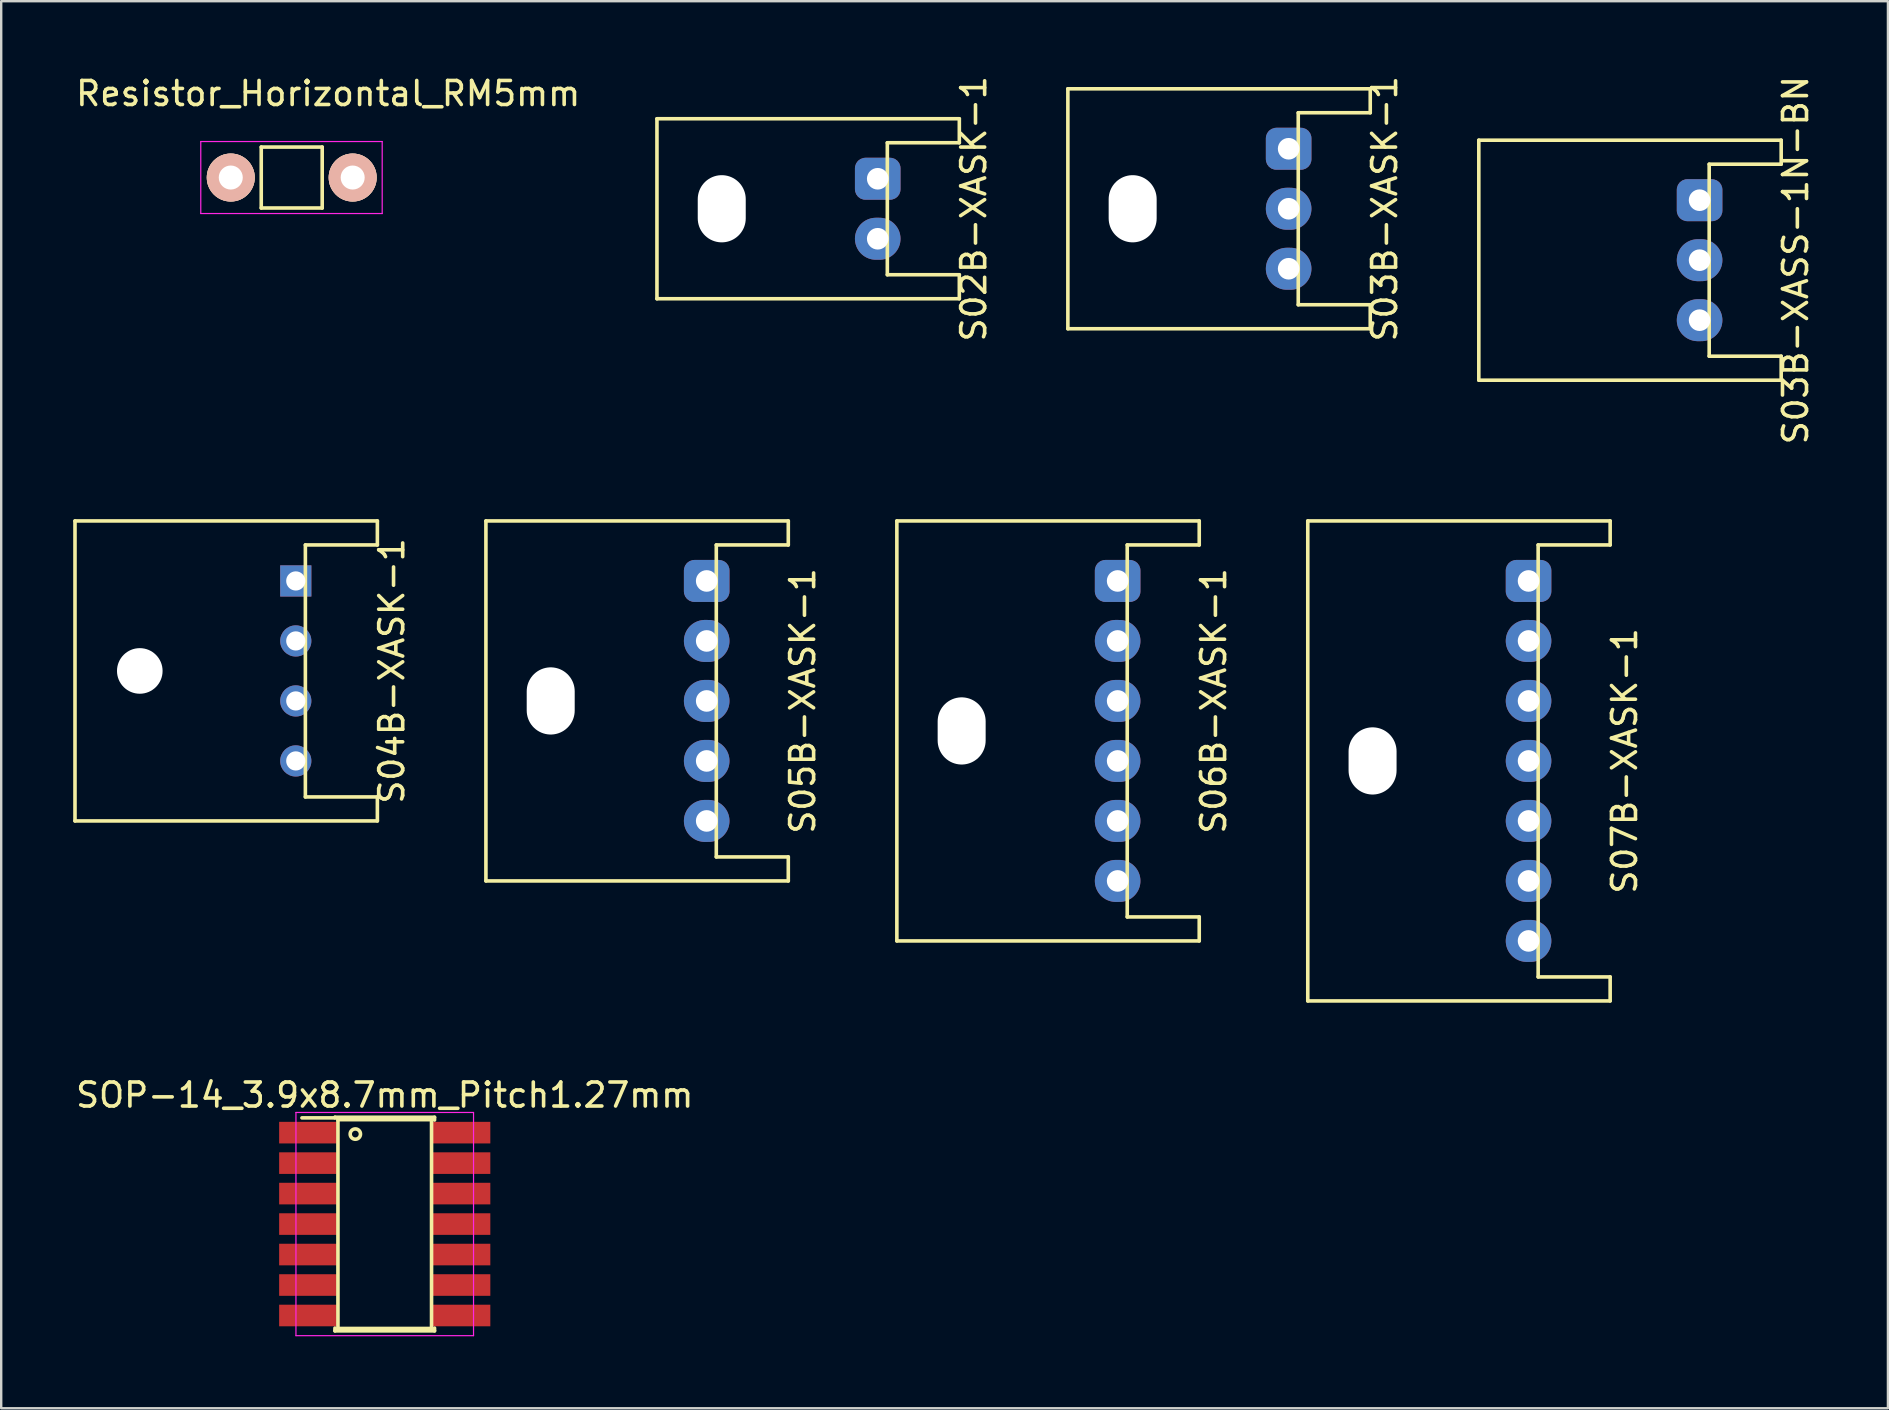
<source format=kicad_pcb>
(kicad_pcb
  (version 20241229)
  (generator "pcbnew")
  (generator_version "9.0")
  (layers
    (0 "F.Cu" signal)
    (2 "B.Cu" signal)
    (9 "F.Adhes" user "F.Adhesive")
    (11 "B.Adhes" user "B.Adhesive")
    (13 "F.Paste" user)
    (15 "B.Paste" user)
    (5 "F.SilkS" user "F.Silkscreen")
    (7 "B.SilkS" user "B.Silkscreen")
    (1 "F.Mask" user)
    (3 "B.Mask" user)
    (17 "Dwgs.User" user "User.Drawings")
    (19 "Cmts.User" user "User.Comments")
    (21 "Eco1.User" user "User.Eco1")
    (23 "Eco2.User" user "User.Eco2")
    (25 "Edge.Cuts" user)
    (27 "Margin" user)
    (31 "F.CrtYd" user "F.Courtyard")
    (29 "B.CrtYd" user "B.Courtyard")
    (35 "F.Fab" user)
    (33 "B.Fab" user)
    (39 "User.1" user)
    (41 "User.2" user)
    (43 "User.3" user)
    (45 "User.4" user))
  (footprint "S07B-XASK-1"
    (layer "F.Cu")
    (at 60.645 28.658)
    (property "Reference" "S07B-XASK-1" (at 4 0 90) (layer "F.SilkS") (effects (font (size 1 1) (thickness 0.15))))
    (attr through_hole)
    (fp_line (start -9.2 -10) (end -9.2 10) (stroke (width 0.15) (type solid)) (layer "F.SilkS"))
    (fp_line (start -9.2 -10) (end 3.4 -10) (stroke (width 0.15) (type solid)) (layer "F.SilkS"))
    (fp_line (start -9.2 10) (end 3.4 10) (stroke (width 0.15) (type solid)) (layer "F.SilkS"))
    (fp_line (start 0.4 -9) (end 0.4 9) (stroke (width 0.15) (type solid)) (layer "F.SilkS"))
    (fp_line (start 0.4 -9) (end 3.4 -9) (stroke (width 0.15) (type solid)) (layer "F.SilkS"))
    (fp_line (start 0.4 9) (end 3.4 9) (stroke (width 0.15) (type solid)) (layer "F.SilkS"))
    (fp_line (start 3.4 -10) (end 3.4 -9) (stroke (width 0.15) (type solid)) (layer "F.SilkS"))
    (fp_line (start 3.4 9) (end 3.4 10) (stroke (width 0.15) (type solid)) (layer "F.SilkS"))
    (pad "" np_thru_hole oval (at -6.5 0) (size 2 2.8) (drill oval 2 2.8) (layers "*.Cu" "*.Mask"))
    (pad "1" thru_hole roundrect (at 0 -7.5) (size 1.9 1.75) (drill 0.9) (layers "*.Cu" "*.Mask") (roundrect_rratio 0.25))
    (pad "2" thru_hole oval (at 0 -5) (size 1.9 1.75) (drill 0.9) (layers "*.Cu" "*.Mask"))
    (pad "3" thru_hole oval (at 0 -2.5) (size 1.9 1.75) (drill 0.9) (layers "*.Cu" "*.Mask"))
    (pad "4" thru_hole oval (at 0 0) (size 1.9 1.75) (drill 0.9) (layers "*.Cu" "*.Mask"))
    (pad "5" thru_hole oval (at 0 2.5) (size 1.9 1.75) (drill 0.9) (layers "*.Cu" "*.Mask"))
    (pad "6" thru_hole oval (at 0 5) (size 1.9 1.75) (drill 0.9) (layers "*.Cu" "*.Mask"))
    (pad "7" thru_hole oval (at 0 7.5) (size 1.9 1.75) (drill 0.9) (layers "*.Cu" "*.Mask")))
  (footprint "Resistor_Horizontal_RM5mm"
    (layer "F.Cu")
    (at 6.566 4.348)
    (property "Reference" "Resistor_Horizontal_RM5mm" (at 4.059 -3.5 0) (layer "F.SilkS") (effects (font (size 1 1) (thickness 0.15))))
    (attr through_hole)
    (fp_line (start 1.27 -1.27) (end 3.81 -1.27) (stroke (width 0.15) (type solid)) (layer "F.SilkS"))
    (fp_line (start 1.27 1.27) (end 1.27 -1.27) (stroke (width 0.15) (type solid)) (layer "F.SilkS"))
    (fp_line (start 3.81 -1.27) (end 3.81 1.27) (stroke (width 0.15) (type solid)) (layer "F.SilkS"))
    (fp_line (start 3.81 1.27) (end 1.27 1.27) (stroke (width 0.15) (type solid)) (layer "F.SilkS"))
    (fp_line (start -1.25 -1.5) (end 6.31 -1.5) (stroke (width 0.05) (type solid)) (layer "F.CrtYd"))
    (fp_line (start -1.25 1.5) (end -1.25 -1.5) (stroke (width 0.05) (type solid)) (layer "F.CrtYd"))
    (fp_line (start -1.25 1.5) (end 6.31 1.5) (stroke (width 0.05) (type solid)) (layer "F.CrtYd"))
    (fp_line (start 6.31 -1.5) (end 6.31 1.5) (stroke (width 0.05) (type solid)) (layer "F.CrtYd"))
    (pad "1" thru_hole circle (at 0 0) (size 1.999 1.999) (drill 1.001) (layers "*.Cu" "*.SilkS" "*.Mask"))
    (pad "2" thru_hole circle (at 5.08 0) (size 1.999 1.999) (drill 1.001) (layers "*.Cu" "*.SilkS" "*.Mask")))
  (footprint "S03B-XASS-1N-BN"
    (layer "F.Cu")
    (at 67.772 7.792)
    (property "Reference" "S03B-XASS-1N-BN" (at 4 0 270) (layer "F.SilkS") (effects (font (size 1 1) (thickness 0.15))))
    (attr through_hole)
    (fp_line (start -9.2 -5) (end -9.2 5) (stroke (width 0.15) (type solid)) (layer "F.SilkS"))
    (fp_line (start -9.2 -5) (end 3.4 -5) (stroke (width 0.15) (type solid)) (layer "F.SilkS"))
    (fp_line (start -9.2 5) (end 3.4 5) (stroke (width 0.15) (type solid)) (layer "F.SilkS"))
    (fp_line (start 0.4 -4) (end 0.4 4) (stroke (width 0.15) (type solid)) (layer "F.SilkS"))
    (fp_line (start 0.4 -4) (end 3.4 -4) (stroke (width 0.15) (type solid)) (layer "F.SilkS"))
    (fp_line (start 0.4 4) (end 3.4 4) (stroke (width 0.15) (type solid)) (layer "F.SilkS"))
    (fp_line (start 3.4 -5) (end 3.4 -4) (stroke (width 0.15) (type solid)) (layer "F.SilkS"))
    (fp_line (start 3.4 4) (end 3.4 5) (stroke (width 0.15) (type solid)) (layer "F.SilkS"))
    (pad "1" thru_hole roundrect (at 0 -2.5) (size 1.9 1.75) (drill 0.9) (layers "*.Cu" "*.Mask") (roundrect_rratio 0.25))
    (pad "2" thru_hole oval (at 0 0) (size 1.9 1.75) (drill 0.9) (layers "*.Cu" "*.Mask"))
    (pad "3" thru_hole oval (at 0 2.5) (size 1.9 1.75) (drill 0.9) (layers "*.Cu" "*.Mask")))
  (footprint "S06B-XASK-1"
    (layer "F.Cu")
    (at 43.522 27.408)
    (property "Reference" "S06B-XASK-1" (at 4 -1.25 90) (layer "F.SilkS") (effects (font (size 1 1) (thickness 0.15))))
    (attr through_hole)
    (fp_line (start -9.2 -8.75) (end -9.2 8.75) (stroke (width 0.15) (type solid)) (layer "F.SilkS"))
    (fp_line (start -9.2 -8.75) (end 3.4 -8.75) (stroke (width 0.15) (type solid)) (layer "F.SilkS"))
    (fp_line (start -9.2 8.75) (end 3.4 8.75) (stroke (width 0.15) (type solid)) (layer "F.SilkS"))
    (fp_line (start 0.4 -7.75) (end 0.4 7.75) (stroke (width 0.15) (type solid)) (layer "F.SilkS"))
    (fp_line (start 0.4 -7.75) (end 3.4 -7.75) (stroke (width 0.15) (type solid)) (layer "F.SilkS"))
    (fp_line (start 0.4 7.75) (end 3.4 7.75) (stroke (width 0.15) (type solid)) (layer "F.SilkS"))
    (fp_line (start 3.4 -8.75) (end 3.4 -7.75) (stroke (width 0.15) (type solid)) (layer "F.SilkS"))
    (fp_line (start 3.4 7.75) (end 3.4 8.75) (stroke (width 0.15) (type solid)) (layer "F.SilkS"))
    (pad "" np_thru_hole oval (at -6.5 0) (size 2 2.8) (drill oval 2 2.8) (layers "*.Cu" "*.Mask"))
    (pad "1" thru_hole roundrect (at 0 -6.25) (size 1.9 1.75) (drill 0.9) (layers "*.Cu" "*.Mask") (roundrect_rratio 0.25))
    (pad "2" thru_hole oval (at 0 -3.75) (size 1.9 1.75) (drill 0.9) (layers "*.Cu" "*.Mask"))
    (pad "3" thru_hole oval (at 0 -1.25) (size 1.9 1.75) (drill 0.9) (layers "*.Cu" "*.Mask"))
    (pad "4" thru_hole oval (at 0 1.25) (size 1.9 1.75) (drill 0.9) (layers "*.Cu" "*.Mask"))
    (pad "5" thru_hole oval (at 0 3.75) (size 1.9 1.75) (drill 0.9) (layers "*.Cu" "*.Mask"))
    (pad "6" thru_hole oval (at 0 6.25) (size 1.9 1.75) (drill 0.9) (layers "*.Cu" "*.Mask")))
  (footprint "SOP-14_3.9x8.7mm_Pitch1.27mm"
    (layer "F.Cu")
    (at 12.982 47.957)
    (property "Reference" "SOP-14_3.9x8.7mm_Pitch1.27mm" (at 0 -5.375 0) (layer "F.SilkS") (effects (font (size 1 1) (thickness 0.15))))
    (attr smd)
    (fp_line (start -2.075 -4.45) (end -2.075 -4.425) (stroke (width 0.15) (type solid)) (layer "F.SilkS"))
    (fp_line (start -2.075 -4.45) (end 2.075 -4.45) (stroke (width 0.15) (type solid)) (layer "F.SilkS"))
    (fp_line (start -2.075 -4.425) (end -3.45 -4.425) (stroke (width 0.15) (type solid)) (layer "F.SilkS"))
    (fp_line (start -2.075 4.45) (end -2.075 4.335) (stroke (width 0.15) (type solid)) (layer "F.SilkS"))
    (fp_line (start -2.075 4.45) (end 2.075 4.45) (stroke (width 0.15) (type solid)) (layer "F.SilkS"))
    (fp_line (start -1.95 -4.35) (end -1.95 4.35) (stroke (width 0.15) (type solid)) (layer "F.SilkS"))
    (fp_line (start -1.95 4.35) (end 1.95 4.35) (stroke (width 0.15) (type solid)) (layer "F.SilkS"))
    (fp_line (start 1.95 -4.35) (end -1.95 -4.35) (stroke (width 0.15) (type solid)) (layer "F.SilkS"))
    (fp_line (start 1.95 4.35) (end 1.95 -4.35) (stroke (width 0.15) (type solid)) (layer "F.SilkS"))
    (fp_line (start 2.075 -4.45) (end 2.075 -4.335) (stroke (width 0.15) (type solid)) (layer "F.SilkS"))
    (fp_line (start 2.075 4.45) (end 2.075 4.335) (stroke (width 0.15) (type solid)) (layer "F.SilkS"))
    (fp_circle (center -1.225 -3.75) (end -1.4 -3.875) (stroke (width 0.15) (type solid)) (fill no) (layer "F.SilkS"))
    (fp_line (start -3.7 -4.65) (end -3.7 4.65) (stroke (width 0.05) (type solid)) (layer "F.CrtYd"))
    (fp_line (start -3.7 -4.65) (end 3.7 -4.65) (stroke (width 0.05) (type solid)) (layer "F.CrtYd"))
    (fp_line (start -3.7 4.65) (end 3.7 4.65) (stroke (width 0.05) (type solid)) (layer "F.CrtYd"))
    (fp_line (start 3.7 -4.65) (end 3.7 4.65) (stroke (width 0.05) (type solid)) (layer "F.CrtYd"))
    (pad "1" smd rect (at -3.2 -3.81) (size 2.4 0.9) (layers "F.Cu" "F.Mask" "F.Paste"))
    (pad "2" smd rect (at -3.2 -2.54) (size 2.4 0.9) (layers "F.Cu" "F.Mask" "F.Paste"))
    (pad "3" smd rect (at -3.2 -1.27) (size 2.4 0.9) (layers "F.Cu" "F.Mask" "F.Paste"))
    (pad "4" smd rect (at -3.2 0) (size 2.4 0.9) (layers "F.Cu" "F.Mask" "F.Paste"))
    (pad "5" smd rect (at -3.2 1.27) (size 2.4 0.9) (layers "F.Cu" "F.Mask" "F.Paste"))
    (pad "6" smd rect (at -3.2 2.54) (size 2.4 0.9) (layers "F.Cu" "F.Mask" "F.Paste"))
    (pad "7" smd rect (at -3.2 3.81) (size 2.4 0.9) (layers "F.Cu" "F.Mask" "F.Paste"))
    (pad "8" smd rect (at 3.2 3.81) (size 2.4 0.9) (layers "F.Cu" "F.Mask" "F.Paste"))
    (pad "9" smd rect (at 3.2 2.54) (size 2.4 0.9) (layers "F.Cu" "F.Mask" "F.Paste"))
    (pad "10" smd rect (at 3.2 1.27) (size 2.4 0.9) (layers "F.Cu" "F.Mask" "F.Paste"))
    (pad "11" smd rect (at 3.2 0) (size 2.4 0.9) (layers "F.Cu" "F.Mask" "F.Paste"))
    (pad "12" smd rect (at 3.2 -1.27) (size 2.4 0.9) (layers "F.Cu" "F.Mask" "F.Paste"))
    (pad "13" smd rect (at 3.2 -2.54) (size 2.4 0.9) (layers "F.Cu" "F.Mask" "F.Paste"))
    (pad "14" smd rect (at 3.2 -3.81) (size 2.4 0.9) (layers "F.Cu" "F.Mask" "F.Paste")))
  (footprint "S05B-XASK-1"
    (layer "F.Cu")
    (at 26.398 26.158)
    (property "Reference" "S05B-XASK-1" (at 4 0 90) (layer "F.SilkS") (effects (font (size 1 1) (thickness 0.15))))
    (attr through_hole)
    (fp_line (start -9.2 -7.5) (end -9.2 7.5) (stroke (width 0.15) (type solid)) (layer "F.SilkS"))
    (fp_line (start -9.2 -7.5) (end 3.4 -7.5) (stroke (width 0.15) (type solid)) (layer "F.SilkS"))
    (fp_line (start -9.2 7.5) (end 3.4 7.5) (stroke (width 0.15) (type solid)) (layer "F.SilkS"))
    (fp_line (start 0.4 -6.5) (end 0.4 6.5) (stroke (width 0.15) (type solid)) (layer "F.SilkS"))
    (fp_line (start 0.4 -6.5) (end 3.4 -6.5) (stroke (width 0.15) (type solid)) (layer "F.SilkS"))
    (fp_line (start 0.4 6.5) (end 3.4 6.5) (stroke (width 0.15) (type solid)) (layer "F.SilkS"))
    (fp_line (start 3.4 -7.5) (end 3.4 -6.5) (stroke (width 0.15) (type solid)) (layer "F.SilkS"))
    (fp_line (start 3.4 6.5) (end 3.4 7.5) (stroke (width 0.15) (type solid)) (layer "F.SilkS"))
    (pad "" np_thru_hole oval (at -6.5 0) (size 2 2.8) (drill oval 2 2.8) (layers "*.Cu" "*.Mask"))
    (pad "1" thru_hole roundrect (at 0 -5) (size 1.9 1.75) (drill 0.9) (layers "*.Cu" "*.Mask") (roundrect_rratio 0.25))
    (pad "2" thru_hole oval (at 0 -2.5) (size 1.9 1.75) (drill 0.9) (layers "*.Cu" "*.Mask"))
    (pad "3" thru_hole oval (at 0 0) (size 1.9 1.75) (drill 0.9) (layers "*.Cu" "*.Mask"))
    (pad "4" thru_hole oval (at 0 2.5) (size 1.9 1.75) (drill 0.9) (layers "*.Cu" "*.Mask"))
    (pad "5" thru_hole oval (at 0 5) (size 1.9 1.75) (drill 0.9) (layers "*.Cu" "*.Mask")))
  (footprint "S02B-XASK-1"
    (layer "F.Cu")
    (at 33.525 5.649)
    (property "Reference" "S02B-XASK-1" (at 4 0 90) (layer "F.SilkS") (effects (font (size 1 1) (thickness 0.15))))
    (attr through_hole)
    (fp_line (start -9.2 -3.75) (end -9.2 3.75) (stroke (width 0.15) (type solid)) (layer "F.SilkS"))
    (fp_line (start -9.2 -3.75) (end 3.4 -3.75) (stroke (width 0.15) (type solid)) (layer "F.SilkS"))
    (fp_line (start -9.2 3.75) (end 3.4 3.75) (stroke (width 0.15) (type solid)) (layer "F.SilkS"))
    (fp_line (start 0.4 -2.75) (end 0.4 2.75) (stroke (width 0.15) (type solid)) (layer "F.SilkS"))
    (fp_line (start 0.4 -2.75) (end 3.4 -2.75) (stroke (width 0.15) (type solid)) (layer "F.SilkS"))
    (fp_line (start 0.4 2.75) (end 3.4 2.75) (stroke (width 0.15) (type solid)) (layer "F.SilkS"))
    (fp_line (start 3.4 -3.75) (end 3.4 -2.75) (stroke (width 0.15) (type solid)) (layer "F.SilkS"))
    (fp_line (start 3.4 2.75) (end 3.4 3.75) (stroke (width 0.15) (type solid)) (layer "F.SilkS"))
    (pad "" np_thru_hole oval (at -6.5 0) (size 2 2.8) (drill oval 2 2.8) (layers "*.Cu" "*.Mask"))
    (pad "1" thru_hole roundrect (at 0 -1.25) (size 1.9 1.75) (drill 0.9) (layers "*.Cu" "*.Mask") (roundrect_rratio 0.25))
    (pad "2" thru_hole oval (at 0 1.25) (size 1.9 1.75) (drill 0.9) (layers "*.Cu" "*.Mask")))
  (footprint "S03B-XASK-1"
    (layer "F.Cu")
    (at 50.648 5.649)
    (property "Reference" "S03B-XASK-1" (at 4 0 90) (layer "F.SilkS") (effects (font (size 1 1) (thickness 0.15))))
    (attr through_hole)
    (fp_line (start -9.2 -5) (end -9.2 5) (stroke (width 0.15) (type solid)) (layer "F.SilkS"))
    (fp_line (start -9.2 -5) (end 3.4 -5) (stroke (width 0.15) (type solid)) (layer "F.SilkS"))
    (fp_line (start -9.2 5) (end 3.4 5) (stroke (width 0.15) (type solid)) (layer "F.SilkS"))
    (fp_line (start 0.4 -4) (end 0.4 4) (stroke (width 0.15) (type solid)) (layer "F.SilkS"))
    (fp_line (start 0.4 -4) (end 3.4 -4) (stroke (width 0.15) (type solid)) (layer "F.SilkS"))
    (fp_line (start 0.4 4) (end 3.4 4) (stroke (width 0.15) (type solid)) (layer "F.SilkS"))
    (fp_line (start 3.4 -5) (end 3.4 -4) (stroke (width 0.15) (type solid)) (layer "F.SilkS"))
    (fp_line (start 3.4 4) (end 3.4 5) (stroke (width 0.15) (type solid)) (layer "F.SilkS"))
    (pad "" np_thru_hole oval (at -6.5 0) (size 2 2.8) (drill oval 2 2.8) (layers "*.Cu" "*.Mask"))
    (pad "1" thru_hole roundrect (at 0 -2.5) (size 1.9 1.75) (drill 0.9) (layers "*.Cu" "*.Mask") (roundrect_rratio 0.25))
    (pad "2" thru_hole oval (at 0 0) (size 1.9 1.75) (drill 0.9) (layers "*.Cu" "*.Mask"))
    (pad "3" thru_hole oval (at 0 2.5) (size 1.9 1.75) (drill 0.9) (layers "*.Cu" "*.Mask")))
  (footprint "S04B-XASK-1"
    (layer "F.Cu")
    (at 9.275 24.908)
    (property "Reference" "S04B-XASK-1" (at 4 0 90) (layer "F.SilkS") (effects (font (size 1 1) (thickness 0.15))))
    (attr through_hole)
    (fp_line (start -9.2 -6.25) (end -9.2 6.25) (stroke (width 0.15) (type solid)) (layer "F.SilkS"))
    (fp_line (start -9.2 -6.25) (end 3.4 -6.25) (stroke (width 0.15) (type solid)) (layer "F.SilkS"))
    (fp_line (start -9.2 6.25) (end 3.4 6.25) (stroke (width 0.15) (type solid)) (layer "F.SilkS"))
    (fp_line (start 0.4 -5.25) (end 0.4 5.25) (stroke (width 0.15) (type solid)) (layer "F.SilkS"))
    (fp_line (start 0.4 -5.25) (end 3.4 -5.25) (stroke (width 0.15) (type solid)) (layer "F.SilkS"))
    (fp_line (start 0.4 5.25) (end 3.4 5.25) (stroke (width 0.15) (type solid)) (layer "F.SilkS"))
    (fp_line (start 3.4 -6.25) (end 3.4 -5.25) (stroke (width 0.15) (type solid)) (layer "F.SilkS"))
    (fp_line (start 3.4 5.25) (end 3.4 6.25) (stroke (width 0.15) (type solid)) (layer "F.SilkS"))
    (pad "" np_thru_hole circle (at -6.5 0) (size 1.9 1.9) (drill 1.9) (layers "*.Cu" "*.Mask"))
    (pad "1" thru_hole rect (at 0 -3.75) (size 1.3 1.3) (drill 0.8) (layers "*.Cu" "*.Mask"))
    (pad "2" thru_hole circle (at 0 -1.25) (size 1.3 1.3) (drill 0.8) (layers "*.Cu" "*.Mask"))
    (pad "3" thru_hole circle (at 0 1.25) (size 1.3 1.3) (drill 0.8) (layers "*.Cu" "*.Mask"))
    (pad "4" thru_hole circle (at 0 3.75) (size 1.3 1.3) (drill 0.8) (layers "*.Cu" "*.Mask")))
  (gr_rect
    (start -3 -3)
    (end 75.62 55.632)
    (stroke (width 0.1) (type default))
    (fill no)
    (layer "Edge.Cuts")))
</source>
